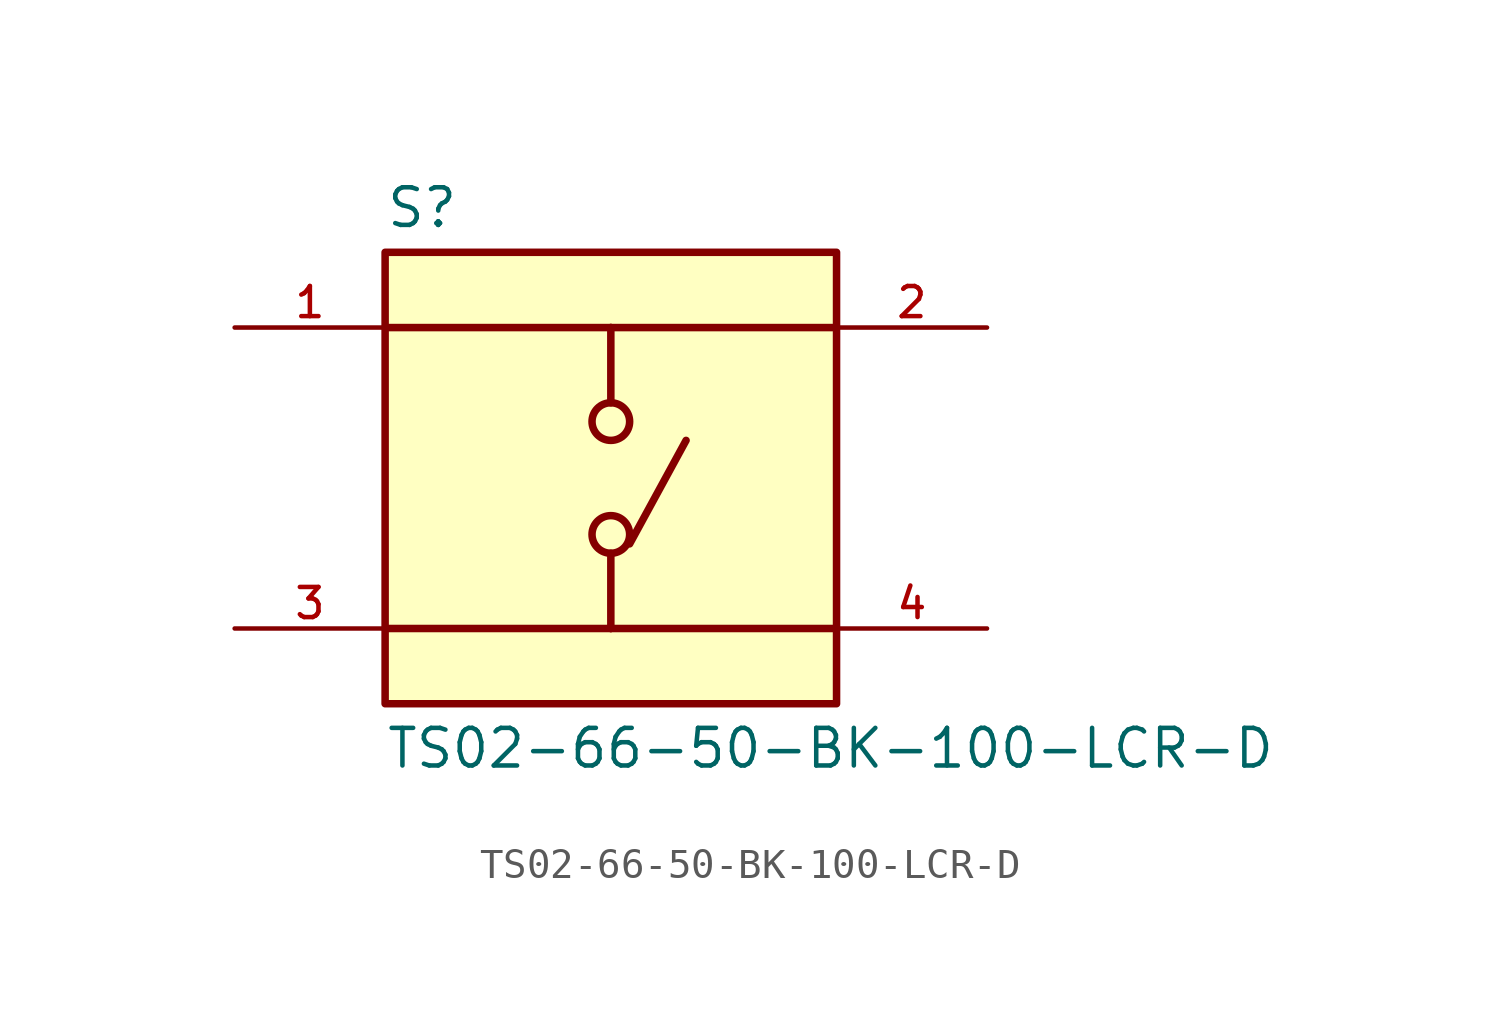
<source format=kicad_sym>
(kicad_symbol_lib
  (version 20211014)
  (generator kicad_symbol_editor)
  (symbol "TS02-66-50-BK-100-LCR-D"
    (pin_names
      (offset 1.016))
    (property "Reference" "S"
      (at -7.62 8.382 0)
      (effects (font (size 1.27 1.27)) (justify bottom left)))
    (property "Value" "TS02-66-50-BK-100-LCR-D"
      (at -7.62 -8.382 0)
      (effects (font (size 1.27 1.27)) (justify top left)))
    (symbol "TS02-66-50-BK-100-LCR-D_0_0"
      (polyline (pts (xy 0.0 5.08) (xy 0.0 2.54)) (stroke (width 0.254)))
      (polyline (pts (xy 0.0 -2.54) (xy 0.0 -5.08)) (stroke (width 0.254)))
      (polyline (pts (xy 0.0 5.08) (xy -7.62 5.08)) (stroke (width 0.254)))
      (polyline (pts (xy 0.0 5.08) (xy 7.62 5.08)) (stroke (width 0.254)))
      (polyline (pts (xy 0.0 -5.08) (xy -7.62 -5.08)) (stroke (width 0.254)))
      (polyline (pts (xy 0.0 -5.08) (xy 7.62 -5.08)) (stroke (width 0.254)))
      (circle (center 0.0 -1.905) (radius 0.635) (stroke (width 0.254)) (fill (type none)))
      (circle (center 0.0 1.905) (radius 0.635) (stroke (width 0.254)) (fill (type none)))
      (polyline (pts (xy 0.635 -2.223) (xy 2.54 1.27)) (stroke (width 0.254)))
      (rectangle (start -7.62 -7.62) (end 7.62 7.62) (stroke (width 0.254)) (fill (type background)))
      (pin passive line (at -12.7 5.08 0) (length 5.08) (name "~" (effects (font (size 1.016 1.016)))) (number "1" (effects (font (size 1.016 1.016)))))
      (pin passive line (at -12.7 -5.08 0) (length 5.08) (name "~" (effects (font (size 1.016 1.016)))) (number "3" (effects (font (size 1.016 1.016)))))
      (pin passive line (at 12.7 5.08 180.0) (length 5.08) (name "~" (effects (font (size 1.016 1.016)))) (number "2" (effects (font (size 1.016 1.016)))))
      (pin passive line (at 12.7 -5.08 180.0) (length 5.08) (name "~" (effects (font (size 1.016 1.016)))) (number "4" (effects (font (size 1.016 1.016))))))))
</source>
